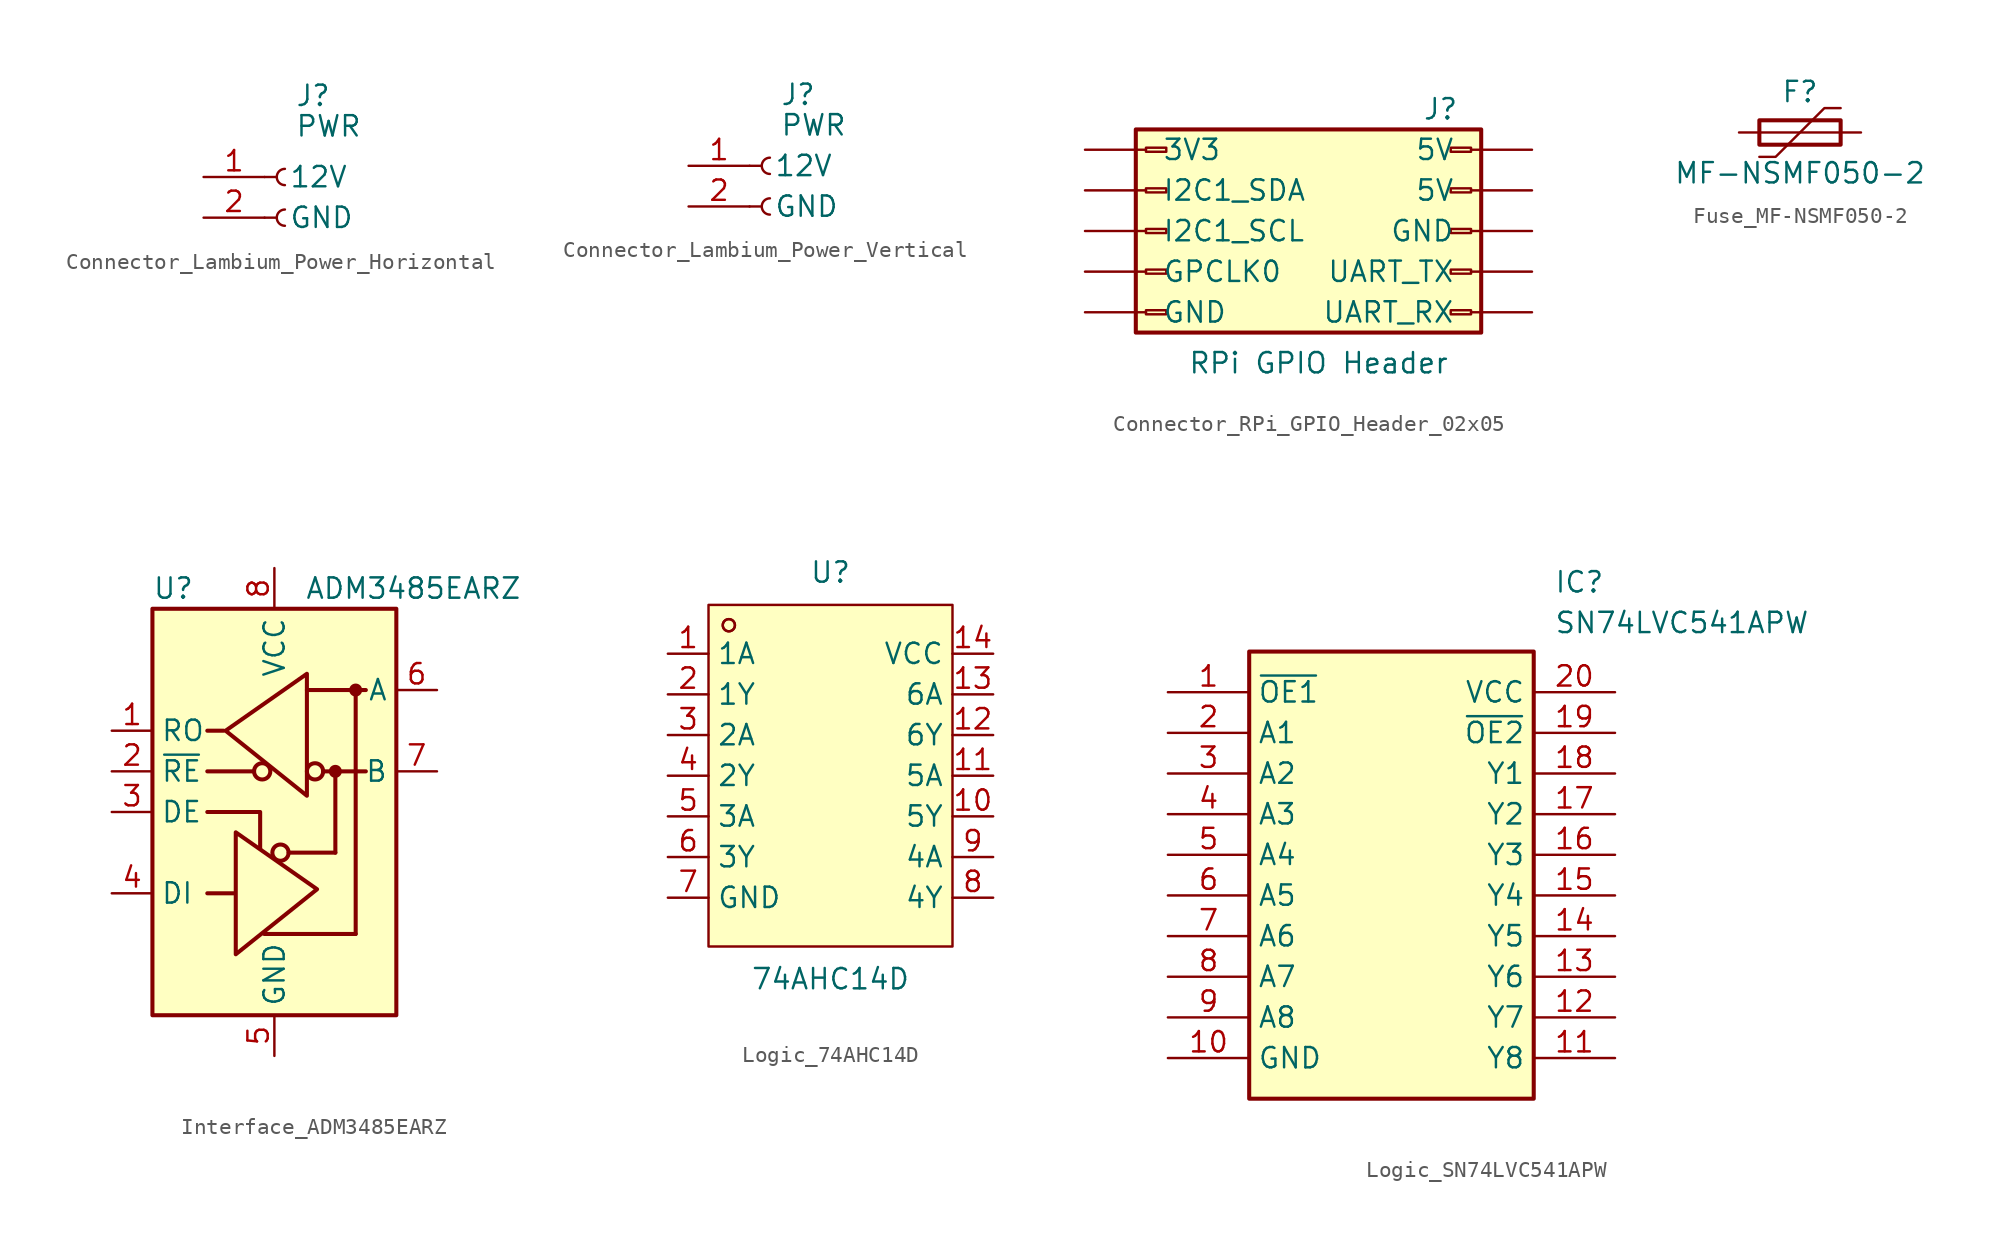
<source format=kicad_sym>
(kicad_symbol_lib
  (version 20241209)
  (generator "kicad_symbol_editor")
  (generator_version "9.0")
  (symbol "Connector_Lambium_Power_Horizontal"
    (pin_names
      (offset 1.524))
    (property "Reference" "J"
      (at -0.635 5.08 0)
      (do_not_autoplace)
      (effects (font (size 1.27 1.27)) (justify left)))
    (property "Value" "PWR"
      (at -0.635 3.175 0)
      (do_not_autoplace)
      (effects (font (size 1.27 1.27)) (justify left)))
    (symbol "Connector_Lambium_Power_Horizontal_1_1"
      (polyline (pts (xy -2.54 0) (xy -1.778 0)) (stroke (width 0.152) (type default)) (fill (type none)))
      (polyline (pts (xy -2.54 -2.54) (xy -1.778 -2.54)) (stroke (width 0.152) (type default)) (fill (type none)))
      (arc (start -1.27 -0.508) (mid -1.7758 0) (end -1.27 0.508) (stroke (width 0.1524) (type default)) (fill (type none)))
      (arc (start -1.27 -3.048) (mid -1.7758 -2.54) (end -1.27 -2.032) (stroke (width 0.1524) (type default)) (fill (type none)))
      (pin passive line (at -6.35 0 0) (length 3.81) (name "12V" (effects (font (size 1.27 1.27)))) (number "1" (effects (font (size 1.27 1.27)))))
      (pin passive line (at -6.35 -2.54 0) (length 3.81) (name "GND" (effects (font (size 1.27 1.27)))) (number "2" (effects (font (size 1.27 1.27)))))))
  (symbol "Connector_Lambium_Power_Vertical"
    (pin_names
      (offset 1.524))
    (property "Reference" "J"
      (at 4.445 4.445 0)
      (do_not_autoplace)
      (effects (font (size 1.27 1.27)) (justify left)))
    (property "Value" "PWR"
      (at 4.445 2.54 0)
      (do_not_autoplace)
      (effects (font (size 1.27 1.27)) (justify left)))
    (symbol "Connector_Lambium_Power_Vertical_1_1"
      (polyline (pts (xy 2.54 0) (xy 3.302 0)) (stroke (width 0.152) (type default)) (fill (type none)))
      (polyline (pts (xy 2.54 -2.54) (xy 3.302 -2.54)) (stroke (width 0.152) (type default)) (fill (type none)))
      (arc (start 3.81 -0.508) (mid 3.3042 0) (end 3.81 0.508) (stroke (width 0.1524) (type default)) (fill (type none)))
      (arc (start 3.81 -3.048) (mid 3.3042 -2.54) (end 3.81 -2.032) (stroke (width 0.1524) (type default)) (fill (type none)))
      (pin passive line (at -1.27 0 0) (length 3.81) (name "12V" (effects (font (size 1.27 1.27)))) (number "1" (effects (font (size 1.27 1.27)))))
      (pin passive line (at -1.27 -2.54 0) (length 3.81) (name "GND" (effects (font (size 1.27 1.27)))) (number "2" (effects (font (size 1.27 1.27)))))))
  (symbol "Connector_RPi_GPIO_Header_02x05"
    (pin_numbers
      (hide yes))
    (pin_names
      (offset 1.016))
    (property "Reference" "J"
      (at 8.255 7.62 0)
      (effects (font (size 1.27 1.27))))
    (property "Value" "RPi GPIO Header"
      (at 0.635 -8.255 0)
      (effects (font (size 1.27 1.27))))
    (symbol "Connector_RPi_GPIO_Header_02x05_1_1"
      (rectangle (start -10.795 6.35) (end 10.795 -6.35) (stroke (width 0.254) (type default)) (fill (type background)))
      (rectangle (start -10.16 5.207) (end -8.89 4.953) (stroke (width 0.152) (type default)) (fill (type none)))
      (rectangle (start -10.16 2.667) (end -8.89 2.413) (stroke (width 0.152) (type default)) (fill (type none)))
      (rectangle (start -10.16 0.127) (end -8.89 -0.127) (stroke (width 0.152) (type default)) (fill (type none)))
      (rectangle (start -10.16 -2.413) (end -8.89 -2.667) (stroke (width 0.152) (type default)) (fill (type none)))
      (rectangle (start -10.16 -4.953) (end -8.89 -5.207) (stroke (width 0.152) (type default)) (fill (type none)))
      (rectangle (start 10.16 5.207) (end 8.89 4.953) (stroke (width 0.152) (type default)) (fill (type none)))
      (rectangle (start 10.16 2.667) (end 8.89 2.413) (stroke (width 0.152) (type default)) (fill (type none)))
      (rectangle (start 10.16 0.127) (end 8.89 -0.127) (stroke (width 0.152) (type default)) (fill (type none)))
      (rectangle (start 10.16 -2.413) (end 8.89 -2.667) (stroke (width 0.152) (type default)) (fill (type none)))
      (rectangle (start 10.16 -4.953) (end 8.89 -5.207) (stroke (width 0.152) (type default)) (fill (type none)))
      (pin passive line (at -13.97 5.08 0) (length 3.81) (name "3V3" (effects (font (size 1.27 1.27)))) (number "1" (effects (font (size 1.27 1.27)))))
      (pin bidirectional line (at -13.97 2.54 0) (length 3.81) (name "I2C1_SDA" (effects (font (size 1.27 1.27)))) (number "3" (effects (font (size 1.27 1.27)))))
      (pin bidirectional line (at -13.97 0 0) (length 3.81) (name "I2C1_SCL" (effects (font (size 1.27 1.27)))) (number "5" (effects (font (size 1.27 1.27)))))
      (pin passive line (at -13.97 -2.54 0) (length 3.81) (name "GPCLK0" (effects (font (size 1.27 1.27)))) (number "7" (effects (font (size 1.27 1.27)))))
      (pin passive line (at -13.97 -5.08 0) (length 3.81) (name "GND" (effects (font (size 1.27 1.27)))) (number "9" (effects (font (size 1.27 1.27)))))
      (pin passive line (at 13.97 5.08 180) (length 3.81) (name "5V" (effects (font (size 1.27 1.27)))) (number "2" (effects (font (size 1.27 1.27)))))
      (pin passive line (at 13.97 2.54 180) (length 3.81) (name "5V" (effects (font (size 1.27 1.27)))) (number "4" (effects (font (size 1.27 1.27)))))
      (pin passive line (at 13.97 0 180) (length 3.81) (name "GND" (effects (font (size 1.27 1.27)))) (number "6" (effects (font (size 1.27 1.27)))))
      (pin output line (at 13.97 -2.54 180) (length 3.81) (name "UART_TX" (effects (font (size 1.27 1.27)))) (number "8" (effects (font (size 1.27 1.27)))))
      (pin input line (at 13.97 -5.08 180) (length 3.81) (name "UART_RX" (effects (font (size 1.27 1.27)))) (number "10" (effects (font (size 1.27 1.27)))))))
  (symbol "Fuse_MF-NSMF050-2"
    (pin_numbers
      (hide yes))
    (pin_names
      (offset 0))
    (property "Reference" "F"
      (at 0 2.54 0)
      (effects (font (size 1.27 1.27))))
    (property "Value" "MF-NSMF050-2"
      (at 0 -2.54 0)
      (effects (font (size 1.27 1.27))))
    (symbol "Fuse_MF-NSMF050-2_0_1"
      (polyline (pts (xy -2.54 0) (xy 2.54 0)) (stroke (width 0) (type default)) (fill (type none)))
      (rectangle (start -2.54 -0.762) (end 2.54 0.762) (stroke (width 0.254) (type default)) (fill (type none)))
      (polyline (pts (xy -2.54 -1.524) (xy -1.524 -1.524) (xy 1.524 1.524) (xy 2.54 1.524)) (stroke (width 0) (type default)) (fill (type none))))
    (symbol "Fuse_MF-NSMF050-2_1_1"
      (pin passive line (at -3.81 0 0) (length 1.27) (name "~" (effects (font (size 1.27 1.27)))) (number "1" (effects (font (size 1.27 1.27)))))
      (pin passive line (at 3.81 0 180) (length 1.27) (name "~" (effects (font (size 1.27 1.27)))) (number "2" (effects (font (size 1.27 1.27)))))))
  (symbol "Interface_ADM3485EARZ"
    (property "Reference" "U"
      (at -7.62 13.97 0)
      (effects (font (size 1.27 1.27)) (justify left)))
    (property "Value" "ADM3485EARZ"
      (at 1.905 13.97 0)
      (effects (font (size 1.27 1.27)) (justify left)))
    (symbol "Interface_ADM3485EARZ_0_1"
      (rectangle (start -7.62 12.7) (end 7.62 -12.7) (stroke (width 0.254) (type default)) (fill (type background)))
      (polyline (pts (xy -4.191 2.54) (xy -1.27 2.54)) (stroke (width 0.254) (type default)) (fill (type none)))
      (polyline (pts (xy -4.191 0) (xy -0.889 0) (xy -0.889 -2.286)) (stroke (width 0.254) (type default)) (fill (type none)))
      (polyline (pts (xy -3.175 5.08) (xy -4.191 5.08) (xy -4.064 5.08)) (stroke (width 0.254) (type default)) (fill (type none)))
      (polyline (pts (xy -2.54 -5.08) (xy -4.191 -5.08)) (stroke (width 0.254) (type default)) (fill (type none)))
      (polyline (pts (xy -2.413 -5.08) (xy -2.413 -1.27) (xy 2.667 -4.826) (xy -2.413 -8.89) (xy -2.413 -5.08)) (stroke (width 0.254) (type default)) (fill (type none)))
      (polyline (pts (xy -0.635 -7.62) (xy 5.08 -7.62)) (stroke (width 0.254) (type default)) (fill (type none)))
      (circle (center 0.381 -2.54) (radius 0.508) (stroke (width 0.254) (type default)) (fill (type none)))
      (polyline (pts (xy 0.889 -2.54) (xy 3.81 -2.54)) (stroke (width 0.254) (type default)) (fill (type none)))
      (polyline (pts (xy 2.032 7.62) (xy 5.715 7.62)) (stroke (width 0.254) (type default)) (fill (type none)))
      (polyline (pts (xy 3.048 2.54) (xy 5.715 2.54)) (stroke (width 0.254) (type default)) (fill (type none)))
      (circle (center 3.81 2.54) (radius 0.279) (stroke (width 0.254) (type default)) (fill (type outline)))
      (polyline (pts (xy 3.81 -2.54) (xy 3.81 2.54)) (stroke (width 0.254) (type default)) (fill (type none)))
      (polyline (pts (xy 5.08 -7.62) (xy 5.08 7.62)) (stroke (width 0.254) (type default)) (fill (type none))))
    (symbol "Interface_ADM3485EARZ_1_1"
      (circle (center -0.762 2.54) (radius 0.508) (stroke (width 0.254) (type default)) (fill (type none)))
      (polyline (pts (xy 2.032 4.826) (xy 2.032 8.636) (xy -3.048 5.08) (xy 2.032 1.016) (xy 2.032 4.826)) (stroke (width 0.254) (type default)) (fill (type none)))
      (circle (center 2.54 2.54) (radius 0.508) (stroke (width 0.254) (type default)) (fill (type none)))
      (circle (center 5.08 7.62) (radius 0.279) (stroke (width 0.254) (type default)) (fill (type outline)))
      (pin output line (at -10.16 5.08 0) (length 2.54) (name "RO" (effects (font (size 1.27 1.27)))) (number "1" (effects (font (size 1.27 1.27)))))
      (pin input line (at -10.16 2.54 0) (length 2.54) (name "~{RE}" (effects (font (size 1.27 1.27)))) (number "2" (effects (font (size 1.27 1.27)))))
      (pin input line (at -10.16 0 0) (length 2.54) (name "DE" (effects (font (size 1.27 1.27)))) (number "3" (effects (font (size 1.27 1.27)))))
      (pin input line (at -10.16 -5.08 0) (length 2.54) (name "DI" (effects (font (size 1.27 1.27)))) (number "4" (effects (font (size 1.27 1.27)))))
      (pin power_in line (at 0 15.24 270) (length 2.54) (name "VCC" (effects (font (size 1.27 1.27)))) (number "8" (effects (font (size 1.27 1.27)))))
      (pin power_in line (at 0 -15.24 90) (length 2.54) (name "GND" (effects (font (size 1.27 1.27)))) (number "5" (effects (font (size 1.27 1.27)))))
      (pin bidirectional line (at 10.16 7.62 180) (length 2.54) (name "A" (effects (font (size 1.27 1.27)))) (number "6" (effects (font (size 1.27 1.27)))))
      (pin bidirectional line (at 10.16 2.54 180) (length 2.54) (name "B" (effects (font (size 1.27 1.27)))) (number "7" (effects (font (size 1.27 1.27)))))))
  (symbol "Logic_74AHC14D"
    (property "Reference" "U"
      (at 0 12.7 0)
      (effects (font (size 1.27 1.27))))
    (property "Value" "74AHC14D"
      (at 0 -12.7 0)
      (effects (font (size 1.27 1.27))))
    (symbol "Logic_74AHC14D_0_1"
      (rectangle (start -7.62 10.67) (end 7.62 -10.67) (stroke (width 0) (type default)) (fill (type background)))
      (circle (center -6.35 9.4) (radius 0.38) (stroke (width 0) (type default)) (fill (type none)))
      (circle (center -6.35 9.4) (radius 0.38) (stroke (width 0) (type default)) (fill (type none)))
      (pin output line (at -10.16 5.08 0) (length 2.54) (name "1Y" (effects (font (size 1.27 1.27)))) (number "2" (effects (font (size 1.27 1.27)))))
      (pin input line (at -10.16 2.54 0) (length 2.54) (name "2A" (effects (font (size 1.27 1.27)))) (number "3" (effects (font (size 1.27 1.27)))))
      (pin output line (at -10.16 0 0) (length 2.54) (name "2Y" (effects (font (size 1.27 1.27)))) (number "4" (effects (font (size 1.27 1.27)))))
      (pin input line (at -10.16 -2.54 0) (length 2.54) (name "3A" (effects (font (size 1.27 1.27)))) (number "5" (effects (font (size 1.27 1.27)))))
      (pin output line (at -10.16 -5.08 0) (length 2.54) (name "3Y" (effects (font (size 1.27 1.27)))) (number "6" (effects (font (size 1.27 1.27)))))
      (pin power_in line (at -10.16 -7.62 0) (length 2.54) (name "GND" (effects (font (size 1.27 1.27)))) (number "7" (effects (font (size 1.27 1.27)))))
      (pin power_in line (at 10.16 7.62 180) (length 2.54) (name "VCC" (effects (font (size 1.27 1.27)))) (number "14" (effects (font (size 1.27 1.27)))))
      (pin input line (at 10.16 5.08 180) (length 2.54) (name "6A" (effects (font (size 1.27 1.27)))) (number "13" (effects (font (size 1.27 1.27)))))
      (pin output line (at 10.16 2.54 180) (length 2.54) (name "6Y" (effects (font (size 1.27 1.27)))) (number "12" (effects (font (size 1.27 1.27)))))
      (pin input line (at 10.16 0 180) (length 2.54) (name "5A" (effects (font (size 1.27 1.27)))) (number "11" (effects (font (size 1.27 1.27)))))
      (pin output line (at 10.16 -2.54 180) (length 2.54) (name "5Y" (effects (font (size 1.27 1.27)))) (number "10" (effects (font (size 1.27 1.27)))))
      (pin input line (at 10.16 -5.08 180) (length 2.54) (name "4A" (effects (font (size 1.27 1.27)))) (number "9" (effects (font (size 1.27 1.27)))))
      (pin output line (at 10.16 -7.62 180) (length 2.54) (name "4Y" (effects (font (size 1.27 1.27)))) (number "8" (effects (font (size 1.27 1.27))))))
    (symbol "Logic_74AHC14D_1_1"
      (pin input line (at -10.16 7.62 0) (length 2.54) (name "1A" (effects (font (size 1.27 1.27)))) (number "1" (effects (font (size 1.27 1.27)))))))
  (symbol "Logic_SN74LVC541APW"
    (property "Reference" "IC"
      (at 24.13 7.62 0)
      (effects (font (size 1.27 1.27)) (justify left top)))
    (property "Value" "SN74LVC541APW"
      (at 24.13 5.08 0)
      (effects (font (size 1.27 1.27)) (justify left top)))
    (symbol "Logic_SN74LVC541APW_1_1"
      (rectangle (start 5.08 2.54) (end 22.86 -25.4) (stroke (width 0.254) (type default)) (fill (type background)))
      (pin input line (at 0 0 0) (length 5.08) (name "~{OE1}" (effects (font (size 1.27 1.27)))) (number "1" (effects (font (size 1.27 1.27)))))
      (pin input line (at 0 -2.54 0) (length 5.08) (name "A1" (effects (font (size 1.27 1.27)))) (number "2" (effects (font (size 1.27 1.27)))))
      (pin input line (at 0 -5.08 0) (length 5.08) (name "A2" (effects (font (size 1.27 1.27)))) (number "3" (effects (font (size 1.27 1.27)))))
      (pin input line (at 0 -7.62 0) (length 5.08) (name "A3" (effects (font (size 1.27 1.27)))) (number "4" (effects (font (size 1.27 1.27)))))
      (pin input line (at 0 -10.16 0) (length 5.08) (name "A4" (effects (font (size 1.27 1.27)))) (number "5" (effects (font (size 1.27 1.27)))))
      (pin input line (at 0 -12.7 0) (length 5.08) (name "A5" (effects (font (size 1.27 1.27)))) (number "6" (effects (font (size 1.27 1.27)))))
      (pin input line (at 0 -15.24 0) (length 5.08) (name "A6" (effects (font (size 1.27 1.27)))) (number "7" (effects (font (size 1.27 1.27)))))
      (pin input line (at 0 -17.78 0) (length 5.08) (name "A7" (effects (font (size 1.27 1.27)))) (number "8" (effects (font (size 1.27 1.27)))))
      (pin input line (at 0 -20.32 0) (length 5.08) (name "A8" (effects (font (size 1.27 1.27)))) (number "9" (effects (font (size 1.27 1.27)))))
      (pin power_in line (at 0 -22.86 0) (length 5.08) (name "GND" (effects (font (size 1.27 1.27)))) (number "10" (effects (font (size 1.27 1.27)))))
      (pin power_in line (at 27.94 0 180) (length 5.08) (name "VCC" (effects (font (size 1.27 1.27)))) (number "20" (effects (font (size 1.27 1.27)))))
      (pin input line (at 27.94 -2.54 180) (length 5.08) (name "~{OE2}" (effects (font (size 1.27 1.27)))) (number "19" (effects (font (size 1.27 1.27)))))
      (pin output line (at 27.94 -5.08 180) (length 5.08) (name "Y1" (effects (font (size 1.27 1.27)))) (number "18" (effects (font (size 1.27 1.27)))))
      (pin output line (at 27.94 -7.62 180) (length 5.08) (name "Y2" (effects (font (size 1.27 1.27)))) (number "17" (effects (font (size 1.27 1.27)))))
      (pin output line (at 27.94 -10.16 180) (length 5.08) (name "Y3" (effects (font (size 1.27 1.27)))) (number "16" (effects (font (size 1.27 1.27)))))
      (pin output line (at 27.94 -12.7 180) (length 5.08) (name "Y4" (effects (font (size 1.27 1.27)))) (number "15" (effects (font (size 1.27 1.27)))))
      (pin output line (at 27.94 -15.24 180) (length 5.08) (name "Y5" (effects (font (size 1.27 1.27)))) (number "14" (effects (font (size 1.27 1.27)))))
      (pin output line (at 27.94 -17.78 180) (length 5.08) (name "Y6" (effects (font (size 1.27 1.27)))) (number "13" (effects (font (size 1.27 1.27)))))
      (pin output line (at 27.94 -20.32 180) (length 5.08) (name "Y7" (effects (font (size 1.27 1.27)))) (number "12" (effects (font (size 1.27 1.27)))))
      (pin output line (at 27.94 -22.86 180) (length 5.08) (name "Y8" (effects (font (size 1.27 1.27)))) (number "11" (effects (font (size 1.27 1.27))))))))
</source>
